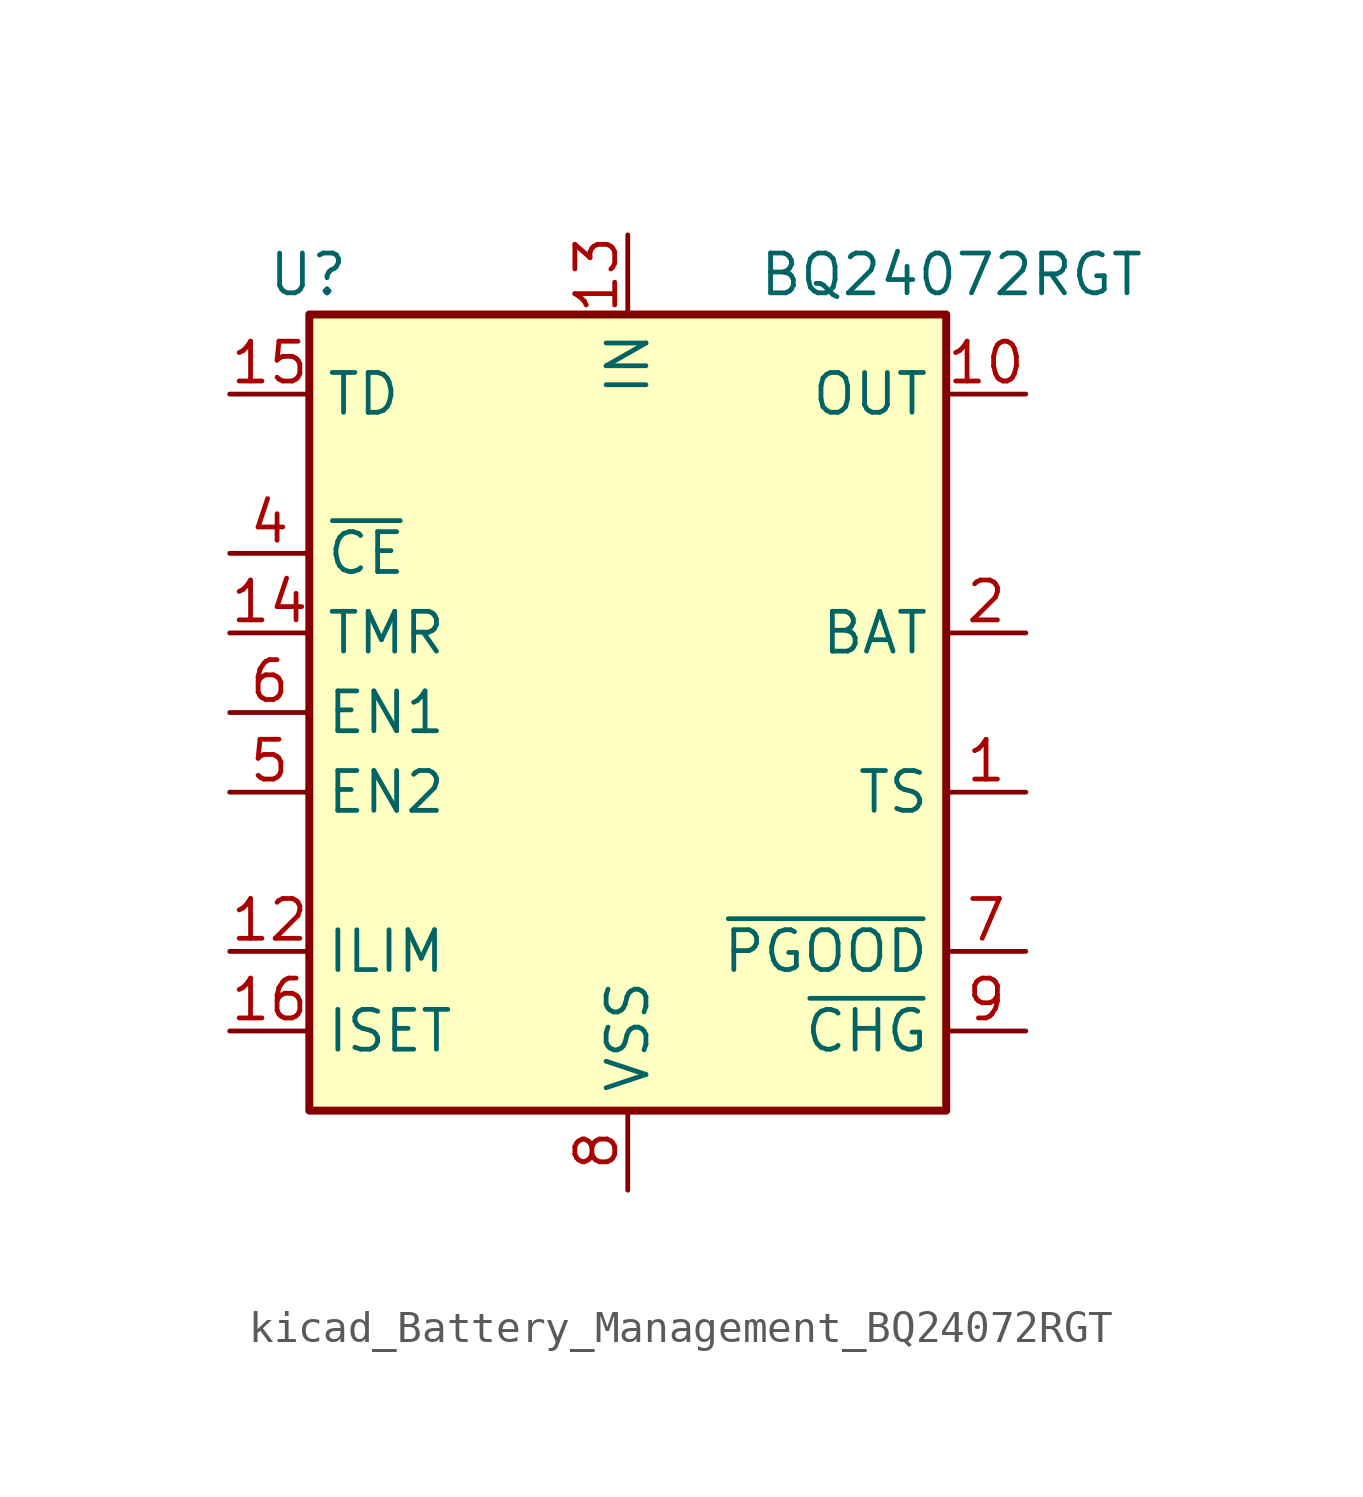
<source format=kicad_sym>
(kicad_symbol_lib
  (version 20220914)
  (generator kicad_symbol_editor)
  (symbol "kicad_Battery_Management_BQ24072RGT"
    (property "Reference" "U"
      (at -8.89 13.97 0)
      (effects (font (size 1.27 1.27)) (justify right)))
    (property "Value" "BQ24072RGT"
      (at 16.51 13.97 0)
      (effects (font (size 1.27 1.27)) (justify right)))
    (symbol "kicad_Battery_Management_BQ24072RGT_0_1"
      (rectangle (start -10.16 12.7) (end 10.16 -12.7) (stroke (width 0.254) (type default)) (fill (type background))))
    (symbol "kicad_Battery_Management_BQ24072RGT_1_1"
      (pin passive line (at 12.7 -2.54 180) (length 2.54) (name "TS" (effects (font (size 1.27 1.27)))) (number "1" (effects (font (size 1.27 1.27)))))
      (pin power_out line (at 12.7 10.16 180) (length 2.54) (name "OUT" (effects (font (size 1.27 1.27)))) (number "10" (effects (font (size 1.27 1.27)))))
      (pin passive line (at 12.7 10.16 180) (length 2.54) hide (name "OUT" (effects (font (size 1.27 1.27)))) (number "11" (effects (font (size 1.27 1.27)))))
      (pin passive line (at -12.7 -7.62 0) (length 2.54) (name "ILIM" (effects (font (size 1.27 1.27)))) (number "12" (effects (font (size 1.27 1.27)))))
      (pin power_in line (at 0 15.24 270) (length 2.54) (name "IN" (effects (font (size 1.27 1.27)))) (number "13" (effects (font (size 1.27 1.27)))))
      (pin input line (at -12.7 2.54 0) (length 2.54) (name "TMR" (effects (font (size 1.27 1.27)))) (number "14" (effects (font (size 1.27 1.27)))))
      (pin input line (at -12.7 10.16 0) (length 2.54) (name "TD" (effects (font (size 1.27 1.27)))) (number "15" (effects (font (size 1.27 1.27)))))
      (pin passive line (at -12.7 -10.16 0) (length 2.54) (name "ISET" (effects (font (size 1.27 1.27)))) (number "16" (effects (font (size 1.27 1.27)))))
      (pin passive line (at 0 -15.24 90) (length 2.54) hide (name "VSS" (effects (font (size 1.27 1.27)))) (number "17" (effects (font (size 1.27 1.27)))))
      (pin power_out line (at 12.7 2.54 180) (length 2.54) (name "BAT" (effects (font (size 1.27 1.27)))) (number "2" (effects (font (size 1.27 1.27)))))
      (pin passive line (at 12.7 2.54 180) (length 2.54) hide (name "BAT" (effects (font (size 1.27 1.27)))) (number "3" (effects (font (size 1.27 1.27)))))
      (pin input line (at -12.7 5.08 0) (length 2.54) (name "~{CE}" (effects (font (size 1.27 1.27)))) (number "4" (effects (font (size 1.27 1.27)))))
      (pin input line (at -12.7 -2.54 0) (length 2.54) (name "EN2" (effects (font (size 1.27 1.27)))) (number "5" (effects (font (size 1.27 1.27)))))
      (pin input line (at -12.7 0 0) (length 2.54) (name "EN1" (effects (font (size 1.27 1.27)))) (number "6" (effects (font (size 1.27 1.27)))))
      (pin open_collector line (at 12.7 -7.62 180) (length 2.54) (name "~{PGOOD}" (effects (font (size 1.27 1.27)))) (number "7" (effects (font (size 1.27 1.27)))))
      (pin power_in line (at 0 -15.24 90) (length 2.54) (name "VSS" (effects (font (size 1.27 1.27)))) (number "8" (effects (font (size 1.27 1.27)))))
      (pin open_collector line (at 12.7 -10.16 180) (length 2.54) (name "~{CHG}" (effects (font (size 1.27 1.27)))) (number "9" (effects (font (size 1.27 1.27))))))))
</source>
